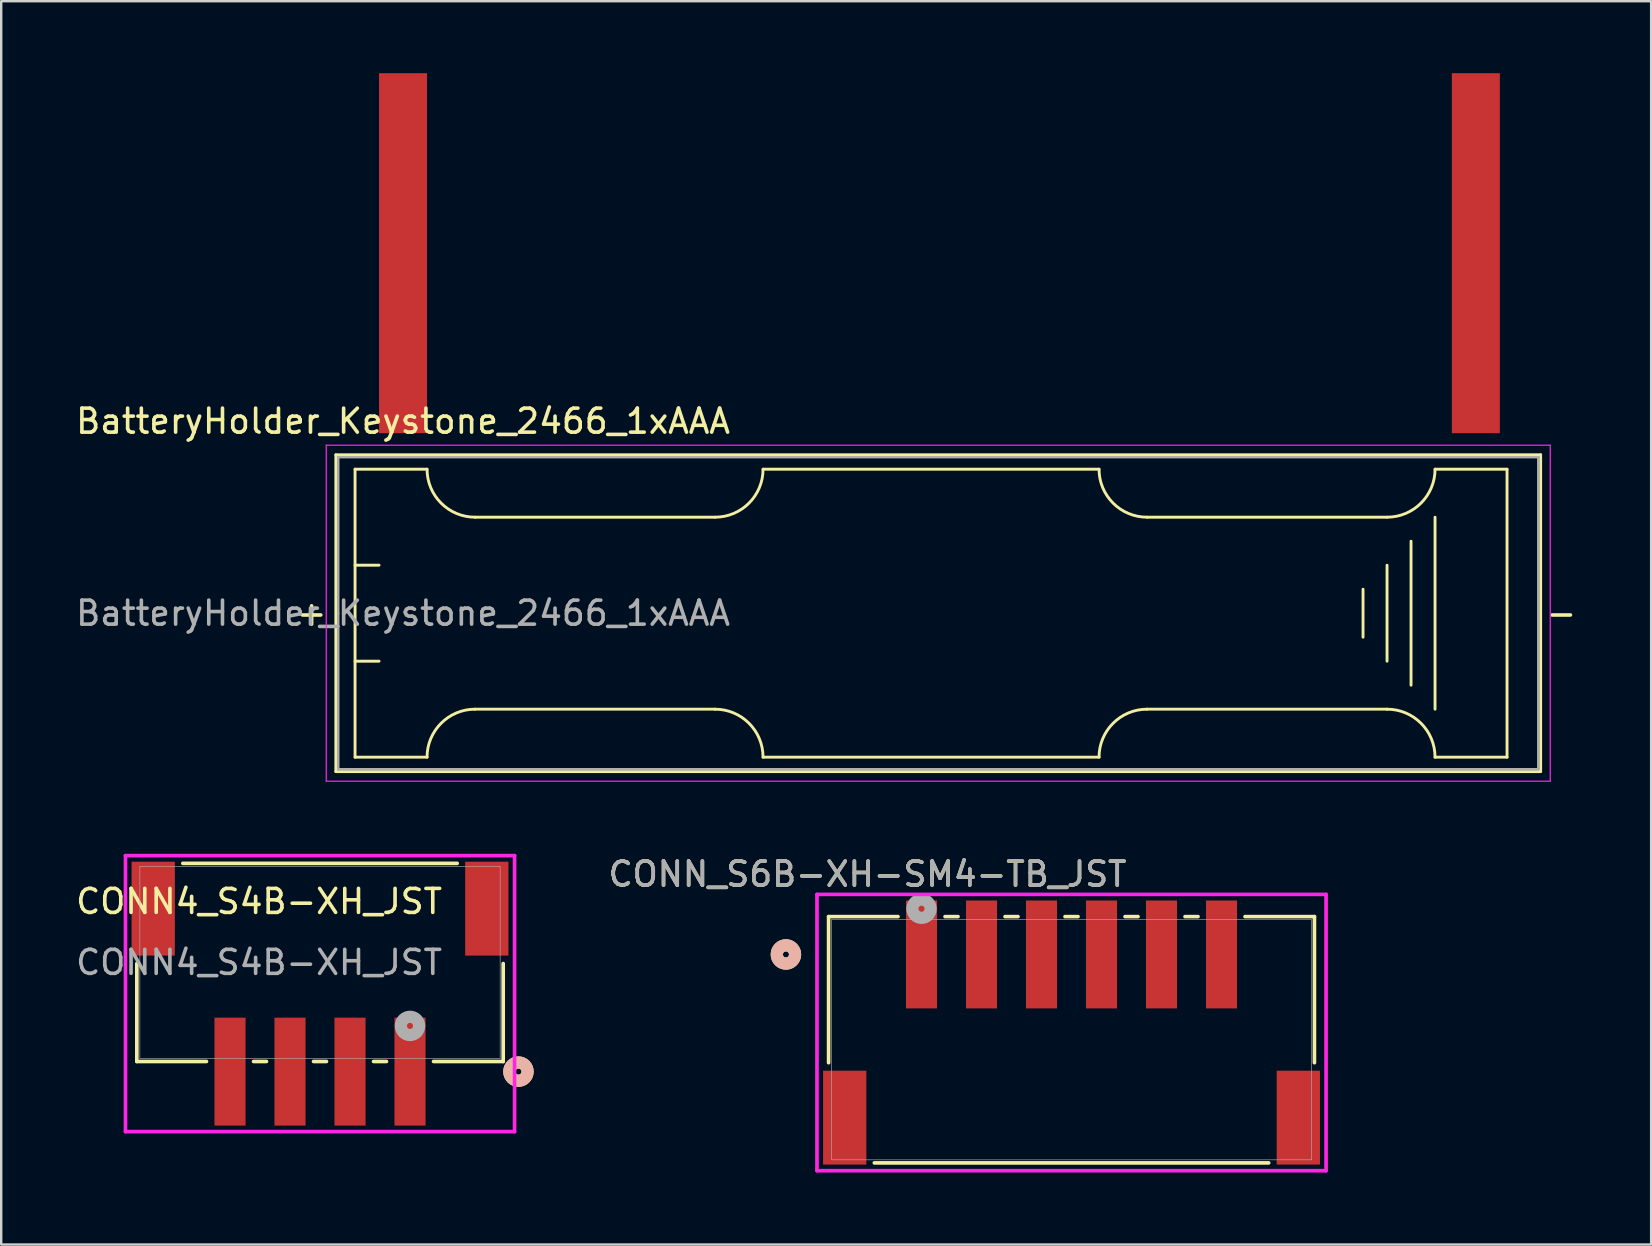
<source format=kicad_pcb>
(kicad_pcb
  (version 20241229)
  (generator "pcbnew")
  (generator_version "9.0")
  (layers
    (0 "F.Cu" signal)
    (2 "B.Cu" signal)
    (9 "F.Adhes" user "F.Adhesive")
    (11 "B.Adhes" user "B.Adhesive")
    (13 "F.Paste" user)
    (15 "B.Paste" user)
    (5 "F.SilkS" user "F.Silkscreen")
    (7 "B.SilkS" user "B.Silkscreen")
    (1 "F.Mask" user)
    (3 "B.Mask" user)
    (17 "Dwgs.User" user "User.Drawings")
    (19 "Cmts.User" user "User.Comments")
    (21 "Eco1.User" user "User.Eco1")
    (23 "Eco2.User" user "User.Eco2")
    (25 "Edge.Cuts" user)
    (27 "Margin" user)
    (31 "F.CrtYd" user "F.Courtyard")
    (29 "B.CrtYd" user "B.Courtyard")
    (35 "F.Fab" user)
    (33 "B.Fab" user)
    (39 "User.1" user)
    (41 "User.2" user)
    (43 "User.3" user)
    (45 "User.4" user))
  (footprint "BatteryHolder_Keystone_2466_1xAAA"
    (layer "F.Cu")
    (at 13.744 22.5)
    (property "Reference" "BatteryHolder_Keystone_2466_1xAAA" (at 0 -8 180) (layer "F.SilkS") (effects (font (size 1 1) (thickness 0.15))))
    (attr through_hole)
    (fp_line (start -2.8 -6.6) (end -2.8 6.6) (stroke (width 0.12) (type solid)) (layer "F.SilkS"))
    (fp_line (start -2.8 6.6) (end 47.4 6.6) (stroke (width 0.12) (type solid)) (layer "F.SilkS"))
    (fp_line (start -2 -6) (end -2 6) (stroke (width 0.12) (type solid)) (layer "F.SilkS"))
    (fp_line (start -2 -6) (end 1 -6) (stroke (width 0.12) (type solid)) (layer "F.SilkS"))
    (fp_line (start -2 -2) (end -1 -2) (stroke (width 0.12) (type solid)) (layer "F.SilkS"))
    (fp_line (start -2 6) (end 1 6) (stroke (width 0.12) (type solid)) (layer "F.SilkS"))
    (fp_line (start -1 2) (end -2 2) (stroke (width 0.12) (type solid)) (layer "F.SilkS"))
    (fp_line (start 3 -4) (end 13 -4) (stroke (width 0.12) (type solid)) (layer "F.SilkS"))
    (fp_line (start 3 4) (end 13 4) (stroke (width 0.12) (type solid)) (layer "F.SilkS"))
    (fp_line (start 15 6) (end 29 6) (stroke (width 0.12) (type solid)) (layer "F.SilkS"))
    (fp_line (start 29 -6) (end 15 -6) (stroke (width 0.12) (type solid)) (layer "F.SilkS"))
    (fp_line (start 40 -1) (end 40 1) (stroke (width 0.12) (type solid)) (layer "F.SilkS"))
    (fp_line (start 41 -4) (end 31 -4) (stroke (width 0.12) (type solid)) (layer "F.SilkS"))
    (fp_line (start 41 -2) (end 41 2) (stroke (width 0.12) (type solid)) (layer "F.SilkS"))
    (fp_line (start 41 4) (end 31 4) (stroke (width 0.12) (type solid)) (layer "F.SilkS"))
    (fp_line (start 42 3) (end 42 -3) (stroke (width 0.12) (type solid)) (layer "F.SilkS"))
    (fp_line (start 43 -4) (end 43 4) (stroke (width 0.12) (type solid)) (layer "F.SilkS"))
    (fp_line (start 46 -6) (end 43 -6) (stroke (width 0.12) (type solid)) (layer "F.SilkS"))
    (fp_line (start 46 -6) (end 46 6) (stroke (width 0.12) (type solid)) (layer "F.SilkS"))
    (fp_line (start 46 6) (end 43 6) (stroke (width 0.12) (type solid)) (layer "F.SilkS"))
    (fp_line (start 47.4 -6.6) (end -2.8 -6.6) (stroke (width 0.12) (type solid)) (layer "F.SilkS"))
    (fp_line (start 47.4 6.6) (end 47.4 -6.6) (stroke (width 0.12) (type solid)) (layer "F.SilkS"))
    (fp_arc (start 1 6) (mid 1.585786 4.585786) (end 3 4) (stroke (width 0.12) (type solid)) (layer "F.SilkS"))
    (fp_arc (start 3 -4) (mid 1.585786 -4.585786) (end 1 -6) (stroke (width 0.12) (type solid)) (layer "F.SilkS"))
    (fp_arc (start 13 4) (mid 14.414214 4.585786) (end 15 6) (stroke (width 0.12) (type solid)) (layer "F.SilkS"))
    (fp_arc (start 15 -6) (mid 14.414214 -4.585786) (end 13 -4) (stroke (width 0.12) (type solid)) (layer "F.SilkS"))
    (fp_arc (start 29 6) (mid 29.585786 4.585786) (end 31 4) (stroke (width 0.12) (type solid)) (layer "F.SilkS"))
    (fp_arc (start 31 -4) (mid 29.585786 -4.585786) (end 29 -6) (stroke (width 0.12) (type solid)) (layer "F.SilkS"))
    (fp_arc (start 41 4) (mid 42.414214 4.585786) (end 43 6) (stroke (width 0.12) (type solid)) (layer "F.SilkS"))
    (fp_arc (start 43 -6) (mid 42.414214 -4.585786) (end 41 -4) (stroke (width 0.12) (type solid)) (layer "F.SilkS"))
    (fp_line (start -3.2 -7) (end -3.2 7) (stroke (width 0.05) (type solid)) (layer "F.CrtYd"))
    (fp_line (start -3.2 7) (end 47.8 7) (stroke (width 0.05) (type solid)) (layer "F.CrtYd"))
    (fp_line (start 47.8 -7) (end -3.2 -7) (stroke (width 0.05) (type solid)) (layer "F.CrtYd"))
    (fp_line (start 47.8 7) (end 47.8 -7) (stroke (width 0.05) (type solid)) (layer "F.CrtYd"))
    (fp_line (start -2.7 -6.5) (end 47.3 -6.5) (stroke (width 0.1) (type solid)) (layer "F.Fab"))
    (fp_line (start -2.7 0) (end -2.7 -6.5) (stroke (width 0.1) (type solid)) (layer "F.Fab"))
    (fp_line (start -2.7 6.5) (end -2.7 0) (stroke (width 0.1) (type solid)) (layer "F.Fab"))
    (fp_line (start 47.3 -6.5) (end 47.3 6.5) (stroke (width 0.1) (type solid)) (layer "F.Fab"))
    (fp_line (start 47.3 6.5) (end -2.7 6.5) (stroke (width 0.1) (type solid)) (layer "F.Fab"))
    (fp_text user "+" (at -3.81 0 0) (layer "F.SilkS") (effects (font (size 1 1) (thickness 0.15))))
    (fp_text user "-" (at 48.26 0 0) (layer "F.SilkS") (effects (font (size 1 1) (thickness 0.15))))
    (fp_text user "${REFERENCE}" (at 0 0 0) (layer "F.Fab") (effects (font (size 1 1) (thickness 0.15))))
    (pad "1" smd rect (at 0 -15) (size 2 15) (layers "F.Cu" "F.Mask" "F.Paste"))
    (pad "2" smd rect (at 44.7 -15) (size 2 15) (layers "F.Cu" "F.Mask" "F.Paste")))
  (footprint "CONN4_S4B-XH_JST"
    (layer "F.Cu")
    (at 10.284 37.051)
    (property "Reference" "CONN4_S4B-XH_JST" (at -2.54 -2.54 0) (unlocked yes) (layer "F.SilkS") (effects (font (size 1 1) (thickness 0.15))))
    (attr smd)
    (fp_line (start -7.633 0.048) (end -7.633 4.128) (stroke (width 0.152) (type solid)) (layer "F.SilkS"))
    (fp_line (start -7.633 4.128) (end -4.73 4.128) (stroke (width 0.152) (type solid)) (layer "F.SilkS"))
    (fp_line (start -2.77 4.128) (end -2.23 4.128) (stroke (width 0.152) (type solid)) (layer "F.SilkS"))
    (fp_line (start -0.27 4.128) (end 0.27 4.128) (stroke (width 0.152) (type solid)) (layer "F.SilkS"))
    (fp_line (start 2.23 4.128) (end 2.77 4.128) (stroke (width 0.152) (type solid)) (layer "F.SilkS"))
    (fp_line (start 4.73 4.128) (end 7.633 4.128) (stroke (width 0.152) (type solid)) (layer "F.SilkS"))
    (fp_line (start 5.716 -4.128) (end -5.716 -4.128) (stroke (width 0.152) (type solid)) (layer "F.SilkS"))
    (fp_line (start 7.633 4.128) (end 7.633 0.048) (stroke (width 0.152) (type solid)) (layer "F.SilkS"))
    (fp_circle (center 8.268 4.55) (end 8.649 4.55) (stroke (width 0.508) (type solid)) (fill no) (layer "F.SilkS"))
    (fp_circle (center 8.268 4.55) (end 8.649 4.55) (stroke (width 0.508) (type solid)) (fill no) (layer "B.SilkS"))
    (fp_line (start -8.106 -4.45) (end -8.106 7.051) (stroke (width 0.152) (type solid)) (layer "F.CrtYd"))
    (fp_line (start -8.106 7.051) (end 8.106 7.051) (stroke (width 0.152) (type solid)) (layer "F.CrtYd"))
    (fp_line (start 8.106 -4.45) (end -8.106 -4.45) (stroke (width 0.152) (type solid)) (layer "F.CrtYd"))
    (fp_line (start 8.106 7.051) (end 8.106 -4.45) (stroke (width 0.152) (type solid)) (layer "F.CrtYd"))
    (fp_line (start -7.506 -4) (end -7.506 4) (stroke (width 0.025) (type solid)) (layer "F.Fab"))
    (fp_line (start -7.506 4) (end 7.506 4) (stroke (width 0.025) (type solid)) (layer "F.Fab"))
    (fp_line (start 7.506 -4) (end -7.506 -4) (stroke (width 0.025) (type solid)) (layer "F.Fab"))
    (fp_line (start 7.506 4) (end 7.506 -4) (stroke (width 0.025) (type solid)) (layer "F.Fab"))
    (fp_circle (center 3.75 2.645) (end 4.131 2.645) (stroke (width 0.508) (type solid)) (fill no) (layer "F.Fab"))
    (fp_text user "${REFERENCE}" (at -2.54 0 0) (unlocked yes) (layer "F.Fab") (effects (font (size 1 1) (thickness 0.15))))
    (pad "1" smd rect (at 3.75 4.55) (size 1.295 4.496) (layers "F.Cu" "F.Mask" "F.Paste"))
    (pad "2" smd rect (at 1.25 4.55) (size 1.295 4.496) (layers "F.Cu" "F.Mask" "F.Paste"))
    (pad "3" smd rect (at -1.25 4.55) (size 1.295 4.496) (layers "F.Cu" "F.Mask" "F.Paste"))
    (pad "4" smd rect (at -3.75 4.55) (size 1.295 4.496) (layers "F.Cu" "F.Mask" "F.Paste"))
    (pad "5" smd rect (at -6.95 -2.24) (size 1.803 3.912) (layers "F.Cu" "F.Mask" "F.Paste"))
    (pad "6" smd rect (at 6.95 -2.24) (size 1.803 3.912) (layers "F.Cu" "F.Mask" "F.Paste")))
  (footprint "CONN_S6B-XH-SM4-TB_JST"
    (layer "F.Cu")
    (at 41.597 40.273)
    (property "Reference" "CONN_S6B-XH-SM4-TB_JST" (at -8.5 -6.9 0) (unlocked yes) (layer "F.SilkS") (effects (font (size 1 1) (thickness 0.15))))
    (attr smd)
    (fp_line (start -10.122 -5.131) (end -10.122 0.958) (stroke (width 0.152) (type solid)) (layer "F.SilkS"))
    (fp_line (start -8.216 5.131) (end 8.216 5.131) (stroke (width 0.152) (type solid)) (layer "F.SilkS"))
    (fp_line (start -7.23 -5.131) (end -10.122 -5.131) (stroke (width 0.152) (type solid)) (layer "F.SilkS"))
    (fp_line (start -4.73 -5.131) (end -5.27 -5.131) (stroke (width 0.152) (type solid)) (layer "F.SilkS"))
    (fp_line (start -2.23 -5.131) (end -2.77 -5.131) (stroke (width 0.152) (type solid)) (layer "F.SilkS"))
    (fp_line (start 0.27 -5.131) (end -0.27 -5.131) (stroke (width 0.152) (type solid)) (layer "F.SilkS"))
    (fp_line (start 2.77 -5.131) (end 2.23 -5.131) (stroke (width 0.152) (type solid)) (layer "F.SilkS"))
    (fp_line (start 5.27 -5.131) (end 4.73 -5.131) (stroke (width 0.152) (type solid)) (layer "F.SilkS"))
    (fp_line (start 10.122 -5.131) (end 7.23 -5.131) (stroke (width 0.152) (type solid)) (layer "F.SilkS"))
    (fp_line (start 10.122 0.958) (end 10.122 -5.131) (stroke (width 0.152) (type solid)) (layer "F.SilkS"))
    (fp_circle (center -11.9 -3.554) (end -11.519 -3.554) (stroke (width 0.508) (type solid)) (fill no) (layer "F.SilkS"))
    (fp_circle (center -11.9 -3.554) (end -11.519 -3.554) (stroke (width 0.508) (type solid)) (fill no) (layer "B.SilkS"))
    (fp_line (start -10.606 -6.056) (end -10.606 5.456) (stroke (width 0.152) (type solid)) (layer "F.CrtYd"))
    (fp_line (start -10.606 5.456) (end 10.606 5.456) (stroke (width 0.152) (type solid)) (layer "F.CrtYd"))
    (fp_line (start 10.606 -6.056) (end -10.606 -6.056) (stroke (width 0.152) (type solid)) (layer "F.CrtYd"))
    (fp_line (start 10.606 5.456) (end 10.606 -6.056) (stroke (width 0.152) (type solid)) (layer "F.CrtYd"))
    (fp_line (start -9.995 -5.004) (end -9.995 5.004) (stroke (width 0.025) (type solid)) (layer "F.Fab"))
    (fp_line (start -9.995 5.004) (end 9.995 5.004) (stroke (width 0.025) (type solid)) (layer "F.Fab"))
    (fp_line (start 9.995 -5.004) (end -9.995 -5.004) (stroke (width 0.025) (type solid)) (layer "F.Fab"))
    (fp_line (start 9.995 5.004) (end 9.995 -5.004) (stroke (width 0.025) (type solid)) (layer "F.Fab"))
    (fp_circle (center -6.25 -5.459) (end -5.869 -5.459) (stroke (width 0.508) (type solid)) (fill no) (layer "F.Fab"))
    (fp_text user "${REFERENCE}" (at -8.5 -6.9 0) (unlocked yes) (layer "F.Fab") (effects (font (size 1 1) (thickness 0.15))))
    (pad "1" smd rect (at -6.25 -3.554) (size 1.295 4.496) (layers "F.Cu" "F.Mask" "F.Paste"))
    (pad "2" smd rect (at -3.75 -3.554) (size 1.295 4.496) (layers "F.Cu" "F.Mask" "F.Paste"))
    (pad "3" smd rect (at -1.25 -3.554) (size 1.295 4.496) (layers "F.Cu" "F.Mask" "F.Paste"))
    (pad "4" smd rect (at 1.25 -3.554) (size 1.295 4.496) (layers "F.Cu" "F.Mask" "F.Paste"))
    (pad "5" smd rect (at 3.75 -3.554) (size 1.295 4.496) (layers "F.Cu" "F.Mask" "F.Paste"))
    (pad "6" smd rect (at 6.25 -3.554) (size 1.295 4.496) (layers "F.Cu" "F.Mask" "F.Paste"))
    (pad "7" smd rect (at -9.45 3.246) (size 1.803 3.912) (layers "F.Cu" "F.Mask" "F.Paste"))
    (pad "8" smd rect (at 9.45 3.246) (size 1.803 3.912) (layers "F.Cu" "F.Mask" "F.Paste")))
  (gr_rect
    (start -3 -3)
    (end 65.748 48.805)
    (stroke (width 0.1) (type default))
    (fill no)
    (layer "Edge.Cuts")))
</source>
